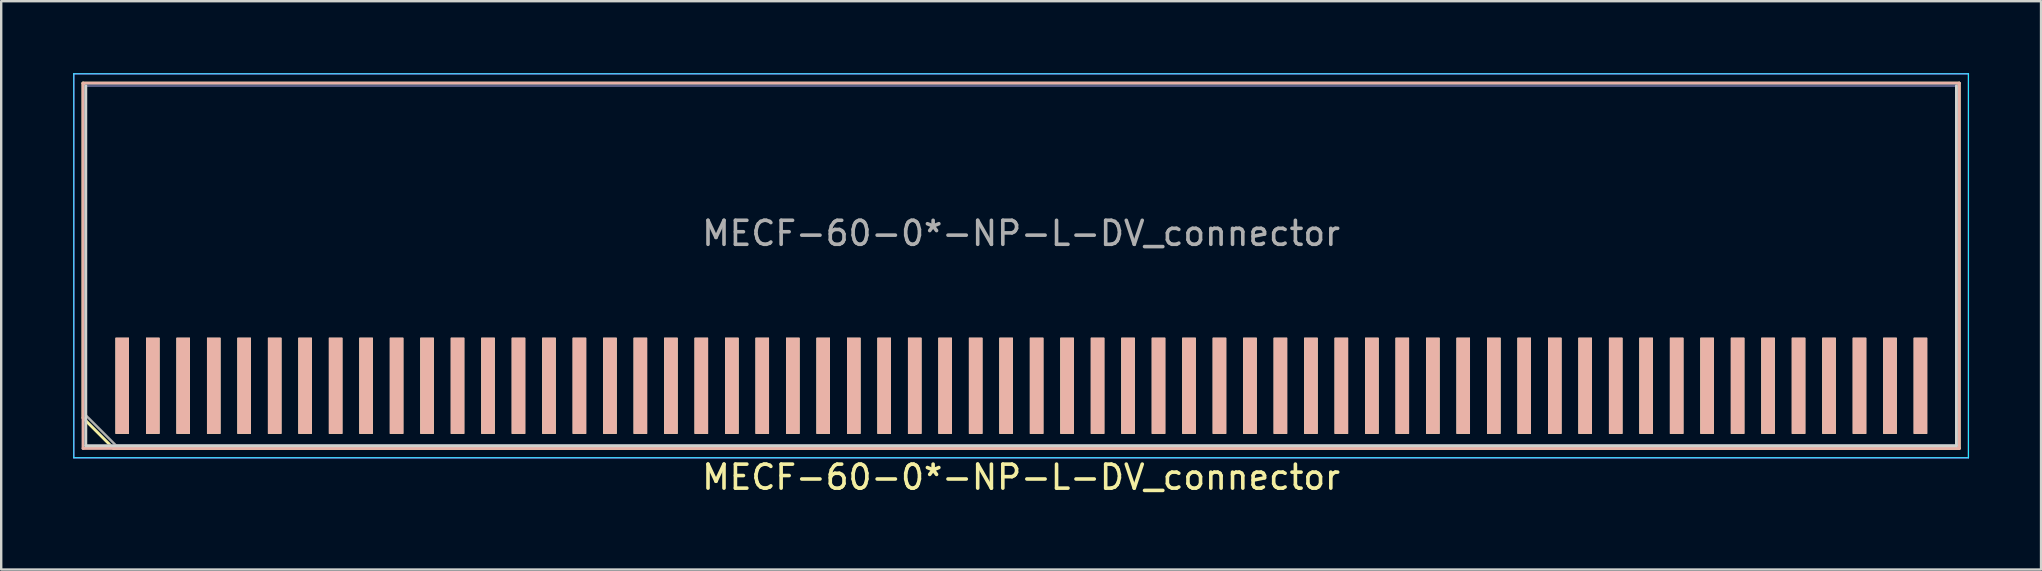
<source format=kicad_pcb>
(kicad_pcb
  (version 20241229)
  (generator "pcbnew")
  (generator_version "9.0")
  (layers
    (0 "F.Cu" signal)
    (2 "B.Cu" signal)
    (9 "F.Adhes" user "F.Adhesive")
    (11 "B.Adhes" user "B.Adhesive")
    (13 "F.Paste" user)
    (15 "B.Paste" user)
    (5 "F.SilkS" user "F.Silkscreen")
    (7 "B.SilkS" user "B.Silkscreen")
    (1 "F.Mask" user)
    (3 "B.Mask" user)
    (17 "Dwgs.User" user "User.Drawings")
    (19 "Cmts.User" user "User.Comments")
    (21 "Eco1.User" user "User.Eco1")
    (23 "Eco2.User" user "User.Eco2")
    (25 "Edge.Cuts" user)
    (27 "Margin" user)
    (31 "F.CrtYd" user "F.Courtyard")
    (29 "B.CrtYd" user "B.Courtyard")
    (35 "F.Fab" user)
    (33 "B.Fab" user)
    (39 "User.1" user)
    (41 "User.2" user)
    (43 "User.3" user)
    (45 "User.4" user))
  (footprint "MECF-60-0*-NP-L-DV_connector"
    (layer "F.Cu")
    (at 39.5 13.025)
    (property "Reference" "MECF-60-0*-NP-L-DV_connector" (at 0 3.81 0) (layer "F.SilkS") (effects (font (size 1 1) (thickness 0.15))))
    (attr through_hole)
    (fp_line (start -39.09 -12.61) (end 39.09 -12.61) (stroke (width 0.12) (type solid)) (layer "F.SilkS"))
    (fp_line (start -39.09 1.34) (end -39.09 -12.61) (stroke (width 0.12) (type solid)) (layer "F.SilkS"))
    (fp_line (start -37.82 2.61) (end -39.09 1.34) (stroke (width 0.12) (type solid)) (layer "F.SilkS"))
    (fp_line (start -37.82 2.61) (end 39.09 2.61) (stroke (width 0.12) (type solid)) (layer "F.SilkS"))
    (fp_line (start 39.09 2.61) (end 39.09 -12.61) (stroke (width 0.12) (type solid)) (layer "F.SilkS"))
    (fp_line (start -39.09 -12.61) (end 39.09 -12.61) (stroke (width 0.12) (type solid)) (layer "B.SilkS"))
    (fp_line (start -39.09 2.61) (end -39.09 -12.61) (stroke (width 0.12) (type solid)) (layer "B.SilkS"))
    (fp_line (start -39.09 2.61) (end 39.09 2.61) (stroke (width 0.12) (type solid)) (layer "B.SilkS"))
    (fp_line (start 39.09 2.61) (end 39.09 -12.61) (stroke (width 0.12) (type solid)) (layer "B.SilkS"))
    (fp_line (start -38.975 2.5) (end -38.975 -12.5) (stroke (width 0.12) (type solid)) (layer "Edge.Cuts"))
    (fp_line (start -38.975 2.5) (end 38.975 2.5) (stroke (width 0.12) (type solid)) (layer "Edge.Cuts"))
    (fp_line (start 38.975 2.5) (end 38.975 -12.5) (stroke (width 0.12) (type solid)) (layer "Edge.Cuts"))
    (fp_line (start -39.475 -13) (end -39.475 3) (stroke (width 0.05) (type solid)) (layer "B.CrtYd"))
    (fp_line (start -39.475 3) (end 39.475 3) (stroke (width 0.05) (type solid)) (layer "B.CrtYd"))
    (fp_line (start 39.475 -13) (end -39.475 -13) (stroke (width 0.05) (type solid)) (layer "B.CrtYd"))
    (fp_line (start 39.475 3) (end 39.475 -13) (stroke (width 0.05) (type solid)) (layer "B.CrtYd"))
    (fp_line (start -39.475 -13) (end -39.475 3) (stroke (width 0.05) (type solid)) (layer "F.CrtYd"))
    (fp_line (start -39.475 3) (end 39.475 3) (stroke (width 0.05) (type solid)) (layer "F.CrtYd"))
    (fp_line (start 39.475 -13) (end -39.475 -13) (stroke (width 0.05) (type solid)) (layer "F.CrtYd"))
    (fp_line (start 39.475 3) (end 39.475 -13) (stroke (width 0.05) (type solid)) (layer "F.CrtYd"))
    (fp_line (start -38.975 -12.5) (end 38.975 -12.5) (stroke (width 0.1) (type solid)) (layer "B.Fab"))
    (fp_line (start -38.975 2.5) (end -38.975 -12.5) (stroke (width 0.1) (type solid)) (layer "B.Fab"))
    (fp_line (start -38.975 2.5) (end 38.975 2.5) (stroke (width 0.1) (type solid)) (layer "B.Fab"))
    (fp_line (start 38.975 2.5) (end 38.975 -12.5) (stroke (width 0.1) (type solid)) (layer "B.Fab"))
    (fp_line (start -38.975 -12.5) (end 38.975 -12.5) (stroke (width 0.1) (type solid)) (layer "F.Fab"))
    (fp_line (start -38.975 1.23) (end -38.975 -12.5) (stroke (width 0.1) (type solid)) (layer "F.Fab"))
    (fp_line (start -38.975 1.23) (end -37.705 2.5) (stroke (width 0.1) (type solid)) (layer "F.Fab"))
    (fp_line (start -37.705 2.5) (end 38.975 2.5) (stroke (width 0.1) (type solid)) (layer "F.Fab"))
    (fp_line (start 38.975 2.5) (end 38.975 -12.5) (stroke (width 0.1) (type solid)) (layer "F.Fab"))
    (fp_text user "${REFERENCE}" (at 0 -6.35 0) (layer "F.Fab") (effects (font (size 1 1) (thickness 0.15))))
    (pad "1" smd rect (at -37.455 0) (size 0.56 4) (layers "F.Cu" "F.Mask" "F.SilkS"))
    (pad "2" smd rect (at -37.455 0) (size 0.56 4) (layers "B.Cu" "B.Mask" "B.SilkS"))
    (pad "3" smd rect (at -36.185 0) (size 0.56 4) (layers "F.Cu" "F.Mask" "F.SilkS"))
    (pad "4" smd rect (at -36.185 0) (size 0.56 4) (layers "B.Cu" "B.Mask" "B.SilkS"))
    (pad "5" smd rect (at -34.915 0) (size 0.56 4) (layers "F.Cu" "F.Mask" "F.SilkS"))
    (pad "6" smd rect (at -34.915 0) (size 0.56 4) (layers "B.Cu" "B.Mask" "B.SilkS"))
    (pad "7" smd rect (at -33.645 0) (size 0.56 4) (layers "F.Cu" "F.Mask" "F.SilkS"))
    (pad "8" smd rect (at -33.645 0) (size 0.56 4) (layers "B.Cu" "B.Mask" "B.SilkS"))
    (pad "9" smd rect (at -32.375 0) (size 0.56 4) (layers "F.Cu" "F.Mask" "F.SilkS"))
    (pad "10" smd rect (at -32.375 0) (size 0.56 4) (layers "B.Cu" "B.Mask" "B.SilkS"))
    (pad "11" smd rect (at -31.105 0) (size 0.56 4) (layers "F.Cu" "F.Mask" "F.SilkS"))
    (pad "12" smd rect (at -31.105 0) (size 0.56 4) (layers "B.Cu" "B.Mask" "B.SilkS"))
    (pad "13" smd rect (at -29.835 0) (size 0.56 4) (layers "F.Cu" "F.Mask" "F.SilkS"))
    (pad "14" smd rect (at -29.835 0) (size 0.56 4) (layers "B.Cu" "B.Mask" "B.SilkS"))
    (pad "15" smd rect (at -28.565 0) (size 0.56 4) (layers "F.Cu" "F.Mask" "F.SilkS"))
    (pad "16" smd rect (at -28.565 0) (size 0.56 4) (layers "B.Cu" "B.Mask" "B.SilkS"))
    (pad "17" smd rect (at -27.295 0) (size 0.56 4) (layers "F.Cu" "F.Mask" "F.SilkS"))
    (pad "18" smd rect (at -27.295 0) (size 0.56 4) (layers "B.Cu" "B.Mask" "B.SilkS"))
    (pad "19" smd rect (at -26.025 0) (size 0.56 4) (layers "F.Cu" "F.Mask" "F.SilkS"))
    (pad "20" smd rect (at -26.025 0) (size 0.56 4) (layers "B.Cu" "B.Mask" "B.SilkS"))
    (pad "21" smd rect (at -24.755 0) (size 0.56 4) (layers "F.Cu" "F.Mask" "F.SilkS"))
    (pad "22" smd rect (at -24.755 0) (size 0.56 4) (layers "B.Cu" "B.Mask" "B.SilkS"))
    (pad "23" smd rect (at -23.485 0) (size 0.56 4) (layers "F.Cu" "F.Mask" "F.SilkS"))
    (pad "24" smd rect (at -23.485 0) (size 0.56 4) (layers "B.Cu" "B.Mask" "B.SilkS"))
    (pad "25" smd rect (at -22.215 0) (size 0.56 4) (layers "F.Cu" "F.Mask" "F.SilkS"))
    (pad "26" smd rect (at -22.215 0) (size 0.56 4) (layers "B.Cu" "B.Mask" "B.SilkS"))
    (pad "27" smd rect (at -20.945 0) (size 0.56 4) (layers "F.Cu" "F.Mask" "F.SilkS"))
    (pad "28" smd rect (at -20.945 0) (size 0.56 4) (layers "B.Cu" "B.Mask" "B.SilkS"))
    (pad "29" smd rect (at -19.675 0) (size 0.56 4) (layers "F.Cu" "F.Mask" "F.SilkS"))
    (pad "30" smd rect (at -19.675 0) (size 0.56 4) (layers "B.Cu" "B.Mask" "B.SilkS"))
    (pad "31" smd rect (at -18.405 0) (size 0.56 4) (layers "F.Cu" "F.Mask" "F.SilkS"))
    (pad "32" smd rect (at -18.405 0) (size 0.56 4) (layers "B.Cu" "B.Mask" "B.SilkS"))
    (pad "33" smd rect (at -17.135 0) (size 0.56 4) (layers "F.Cu" "F.Mask" "F.SilkS"))
    (pad "34" smd rect (at -17.135 0) (size 0.56 4) (layers "B.Cu" "B.Mask" "B.SilkS"))
    (pad "35" smd rect (at -15.865 0) (size 0.56 4) (layers "F.Cu" "F.Mask" "F.SilkS"))
    (pad "36" smd rect (at -15.865 0) (size 0.56 4) (layers "B.Cu" "B.Mask" "B.SilkS"))
    (pad "37" smd rect (at -14.595 0) (size 0.56 4) (layers "F.Cu" "F.Mask" "F.SilkS"))
    (pad "38" smd rect (at -14.595 0) (size 0.56 4) (layers "B.Cu" "B.Mask" "B.SilkS"))
    (pad "39" smd rect (at -13.325 0) (size 0.56 4) (layers "F.Cu" "F.Mask" "F.SilkS"))
    (pad "40" smd rect (at -13.325 0) (size 0.56 4) (layers "B.Cu" "B.Mask" "B.SilkS"))
    (pad "41" smd rect (at -12.055 0) (size 0.56 4) (layers "F.Cu" "F.Mask" "F.SilkS"))
    (pad "42" smd rect (at -12.055 0) (size 0.56 4) (layers "B.Cu" "B.Mask" "B.SilkS"))
    (pad "43" smd rect (at -10.785 0) (size 0.56 4) (layers "F.Cu" "F.Mask" "F.SilkS"))
    (pad "44" smd rect (at -10.785 0) (size 0.56 4) (layers "B.Cu" "B.Mask" "B.SilkS"))
    (pad "45" smd rect (at -9.515 0) (size 0.56 4) (layers "F.Cu" "F.Mask" "F.SilkS"))
    (pad "46" smd rect (at -9.515 0) (size 0.56 4) (layers "B.Cu" "B.Mask" "B.SilkS"))
    (pad "47" smd rect (at -8.245 0) (size 0.56 4) (layers "F.Cu" "F.Mask" "F.SilkS"))
    (pad "48" smd rect (at -8.245 0) (size 0.56 4) (layers "B.Cu" "B.Mask" "B.SilkS"))
    (pad "49" smd rect (at -6.975 0) (size 0.56 4) (layers "F.Cu" "F.Mask" "F.SilkS"))
    (pad "50" smd rect (at -6.975 0) (size 0.56 4) (layers "B.Cu" "B.Mask" "B.SilkS"))
    (pad "51" smd rect (at -5.705 0) (size 0.56 4) (layers "F.Cu" "F.Mask" "F.SilkS"))
    (pad "52" smd rect (at -5.705 0) (size 0.56 4) (layers "B.Cu" "B.Mask" "B.SilkS"))
    (pad "53" smd rect (at -4.435 0) (size 0.56 4) (layers "F.Cu" "F.Mask" "F.SilkS"))
    (pad "54" smd rect (at -4.435 0) (size 0.56 4) (layers "B.Cu" "B.Mask" "B.SilkS"))
    (pad "55" smd rect (at -3.165 0) (size 0.56 4) (layers "F.Cu" "F.Mask" "F.SilkS"))
    (pad "56" smd rect (at -3.165 0) (size 0.56 4) (layers "B.Cu" "B.Mask" "B.SilkS"))
    (pad "57" smd rect (at -1.895 0) (size 0.56 4) (layers "F.Cu" "F.Mask" "F.SilkS"))
    (pad "58" smd rect (at -1.895 0) (size 0.56 4) (layers "B.Cu" "B.Mask" "B.SilkS"))
    (pad "59" smd rect (at -0.625 0) (size 0.56 4) (layers "F.Cu" "F.Mask" "F.SilkS"))
    (pad "60" smd rect (at -0.625 0) (size 0.56 4) (layers "B.Cu" "B.Mask" "B.SilkS"))
    (pad "61" smd rect (at 0.645 0) (size 0.56 4) (layers "F.Cu" "F.Mask" "F.SilkS"))
    (pad "62" smd rect (at 0.645 0) (size 0.56 4) (layers "B.Cu" "B.Mask" "B.SilkS"))
    (pad "63" smd rect (at 1.915 0) (size 0.56 4) (layers "F.Cu" "F.Mask" "F.SilkS"))
    (pad "64" smd rect (at 1.915 0) (size 0.56 4) (layers "B.Cu" "B.Mask" "B.SilkS"))
    (pad "65" smd rect (at 3.185 0) (size 0.56 4) (layers "F.Cu" "F.Mask" "F.SilkS"))
    (pad "66" smd rect (at 3.185 0) (size 0.56 4) (layers "B.Cu" "B.Mask" "B.SilkS"))
    (pad "67" smd rect (at 4.455 0) (size 0.56 4) (layers "F.Cu" "F.Mask" "F.SilkS"))
    (pad "68" smd rect (at 4.455 0) (size 0.56 4) (layers "B.Cu" "B.Mask" "B.SilkS"))
    (pad "69" smd rect (at 5.725 0) (size 0.56 4) (layers "F.Cu" "F.Mask" "F.SilkS"))
    (pad "70" smd rect (at 5.725 0) (size 0.56 4) (layers "B.Cu" "B.Mask" "B.SilkS"))
    (pad "71" smd rect (at 6.995 0) (size 0.56 4) (layers "F.Cu" "F.Mask" "F.SilkS"))
    (pad "72" smd rect (at 6.995 0) (size 0.56 4) (layers "B.Cu" "B.Mask" "B.SilkS"))
    (pad "73" smd rect (at 8.265 0) (size 0.56 4) (layers "F.Cu" "F.Mask" "F.SilkS"))
    (pad "74" smd rect (at 8.265 0) (size 0.56 4) (layers "B.Cu" "B.Mask" "B.SilkS"))
    (pad "75" smd rect (at 9.535 0) (size 0.56 4) (layers "F.Cu" "F.Mask" "F.SilkS"))
    (pad "76" smd rect (at 9.535 0) (size 0.56 4) (layers "B.Cu" "B.Mask" "B.SilkS"))
    (pad "77" smd rect (at 10.805 0) (size 0.56 4) (layers "F.Cu" "F.Mask" "F.SilkS"))
    (pad "78" smd rect (at 10.805 0) (size 0.56 4) (layers "B.Cu" "B.Mask" "B.SilkS"))
    (pad "79" smd rect (at 12.075 0) (size 0.56 4) (layers "F.Cu" "F.Mask" "F.SilkS"))
    (pad "80" smd rect (at 12.075 0) (size 0.56 4) (layers "B.Cu" "B.Mask" "B.SilkS"))
    (pad "81" smd rect (at 13.345 0) (size 0.56 4) (layers "F.Cu" "F.Mask" "F.SilkS"))
    (pad "82" smd rect (at 13.345 0) (size 0.56 4) (layers "B.Cu" "B.Mask" "B.SilkS"))
    (pad "83" smd rect (at 14.615 0) (size 0.56 4) (layers "F.Cu" "F.Mask" "F.SilkS"))
    (pad "84" smd rect (at 14.615 0) (size 0.56 4) (layers "B.Cu" "B.Mask" "B.SilkS"))
    (pad "85" smd rect (at 15.885 0) (size 0.56 4) (layers "F.Cu" "F.Mask" "F.SilkS"))
    (pad "86" smd rect (at 15.885 0) (size 0.56 4) (layers "B.Cu" "B.Mask" "B.SilkS"))
    (pad "87" smd rect (at 17.155 0) (size 0.56 4) (layers "F.Cu" "F.Mask" "F.SilkS"))
    (pad "88" smd rect (at 17.155 0) (size 0.56 4) (layers "B.Cu" "B.Mask" "B.SilkS"))
    (pad "89" smd rect (at 18.425 0) (size 0.56 4) (layers "F.Cu" "F.Mask" "F.SilkS"))
    (pad "90" smd rect (at 18.425 0) (size 0.56 4) (layers "B.Cu" "B.Mask" "B.SilkS"))
    (pad "91" smd rect (at 19.695 0) (size 0.56 4) (layers "F.Cu" "F.Mask" "F.SilkS"))
    (pad "92" smd rect (at 19.695 0) (size 0.56 4) (layers "B.Cu" "B.Mask" "B.SilkS"))
    (pad "93" smd rect (at 20.965 0) (size 0.56 4) (layers "F.Cu" "F.Mask" "F.SilkS"))
    (pad "94" smd rect (at 20.965 0) (size 0.56 4) (layers "B.Cu" "B.Mask" "B.SilkS"))
    (pad "95" smd rect (at 22.235 0) (size 0.56 4) (layers "F.Cu" "F.Mask" "F.SilkS"))
    (pad "96" smd rect (at 22.235 0) (size 0.56 4) (layers "B.Cu" "B.Mask" "B.SilkS"))
    (pad "97" smd rect (at 23.505 0) (size 0.56 4) (layers "F.Cu" "F.Mask" "F.SilkS"))
    (pad "98" smd rect (at 23.505 0) (size 0.56 4) (layers "B.Cu" "B.Mask" "B.SilkS"))
    (pad "99" smd rect (at 24.775 0) (size 0.56 4) (layers "F.Cu" "F.Mask" "F.SilkS"))
    (pad "100" smd rect (at 24.775 0) (size 0.56 4) (layers "B.Cu" "B.Mask" "B.SilkS"))
    (pad "101" smd rect (at 26.045 0) (size 0.56 4) (layers "F.Cu" "F.Mask" "F.SilkS"))
    (pad "102" smd rect (at 26.045 0) (size 0.56 4) (layers "B.Cu" "B.Mask" "B.SilkS"))
    (pad "103" smd rect (at 27.315 0) (size 0.56 4) (layers "F.Cu" "F.Mask" "F.SilkS"))
    (pad "104" smd rect (at 27.315 0) (size 0.56 4) (layers "B.Cu" "B.Mask" "B.SilkS"))
    (pad "105" smd rect (at 28.585 0) (size 0.56 4) (layers "F.Cu" "F.Mask" "F.SilkS"))
    (pad "106" smd rect (at 28.585 0) (size 0.56 4) (layers "B.Cu" "B.Mask" "B.SilkS"))
    (pad "107" smd rect (at 29.855 0) (size 0.56 4) (layers "F.Cu" "F.Mask" "F.SilkS"))
    (pad "108" smd rect (at 29.855 0) (size 0.56 4) (layers "B.Cu" "B.Mask" "B.SilkS"))
    (pad "109" smd rect (at 31.125 0) (size 0.56 4) (layers "F.Cu" "F.Mask" "F.SilkS"))
    (pad "110" smd rect (at 31.125 0) (size 0.56 4) (layers "B.Cu" "B.Mask" "B.SilkS"))
    (pad "111" smd rect (at 32.395 0) (size 0.56 4) (layers "F.Cu" "F.Mask" "F.SilkS"))
    (pad "112" smd rect (at 32.395 0) (size 0.56 4) (layers "B.Cu" "B.Mask" "B.SilkS"))
    (pad "113" smd rect (at 33.665 0) (size 0.56 4) (layers "F.Cu" "F.Mask" "F.SilkS"))
    (pad "114" smd rect (at 33.665 0) (size 0.56 4) (layers "B.Cu" "B.Mask" "B.SilkS"))
    (pad "115" smd rect (at 34.935 0) (size 0.56 4) (layers "F.Cu" "F.Mask" "F.SilkS"))
    (pad "116" smd rect (at 34.935 0) (size 0.56 4) (layers "B.Cu" "B.Mask" "B.SilkS"))
    (pad "117" smd rect (at 36.205 0) (size 0.56 4) (layers "F.Cu" "F.Mask" "F.SilkS"))
    (pad "118" smd rect (at 36.205 0) (size 0.56 4) (layers "B.Cu" "B.Mask" "B.SilkS"))
    (pad "119" smd rect (at 37.475 0) (size 0.56 4) (layers "F.Cu" "F.Mask" "F.SilkS"))
    (pad "120" smd rect (at 37.475 0) (size 0.56 4) (layers "B.Cu" "B.Mask" "B.SilkS")))
  (gr_rect
    (start -3 -3)
    (end 82 20.683)
    (stroke (width 0.1) (type default))
    (fill no)
    (layer "Edge.Cuts")))
</source>
